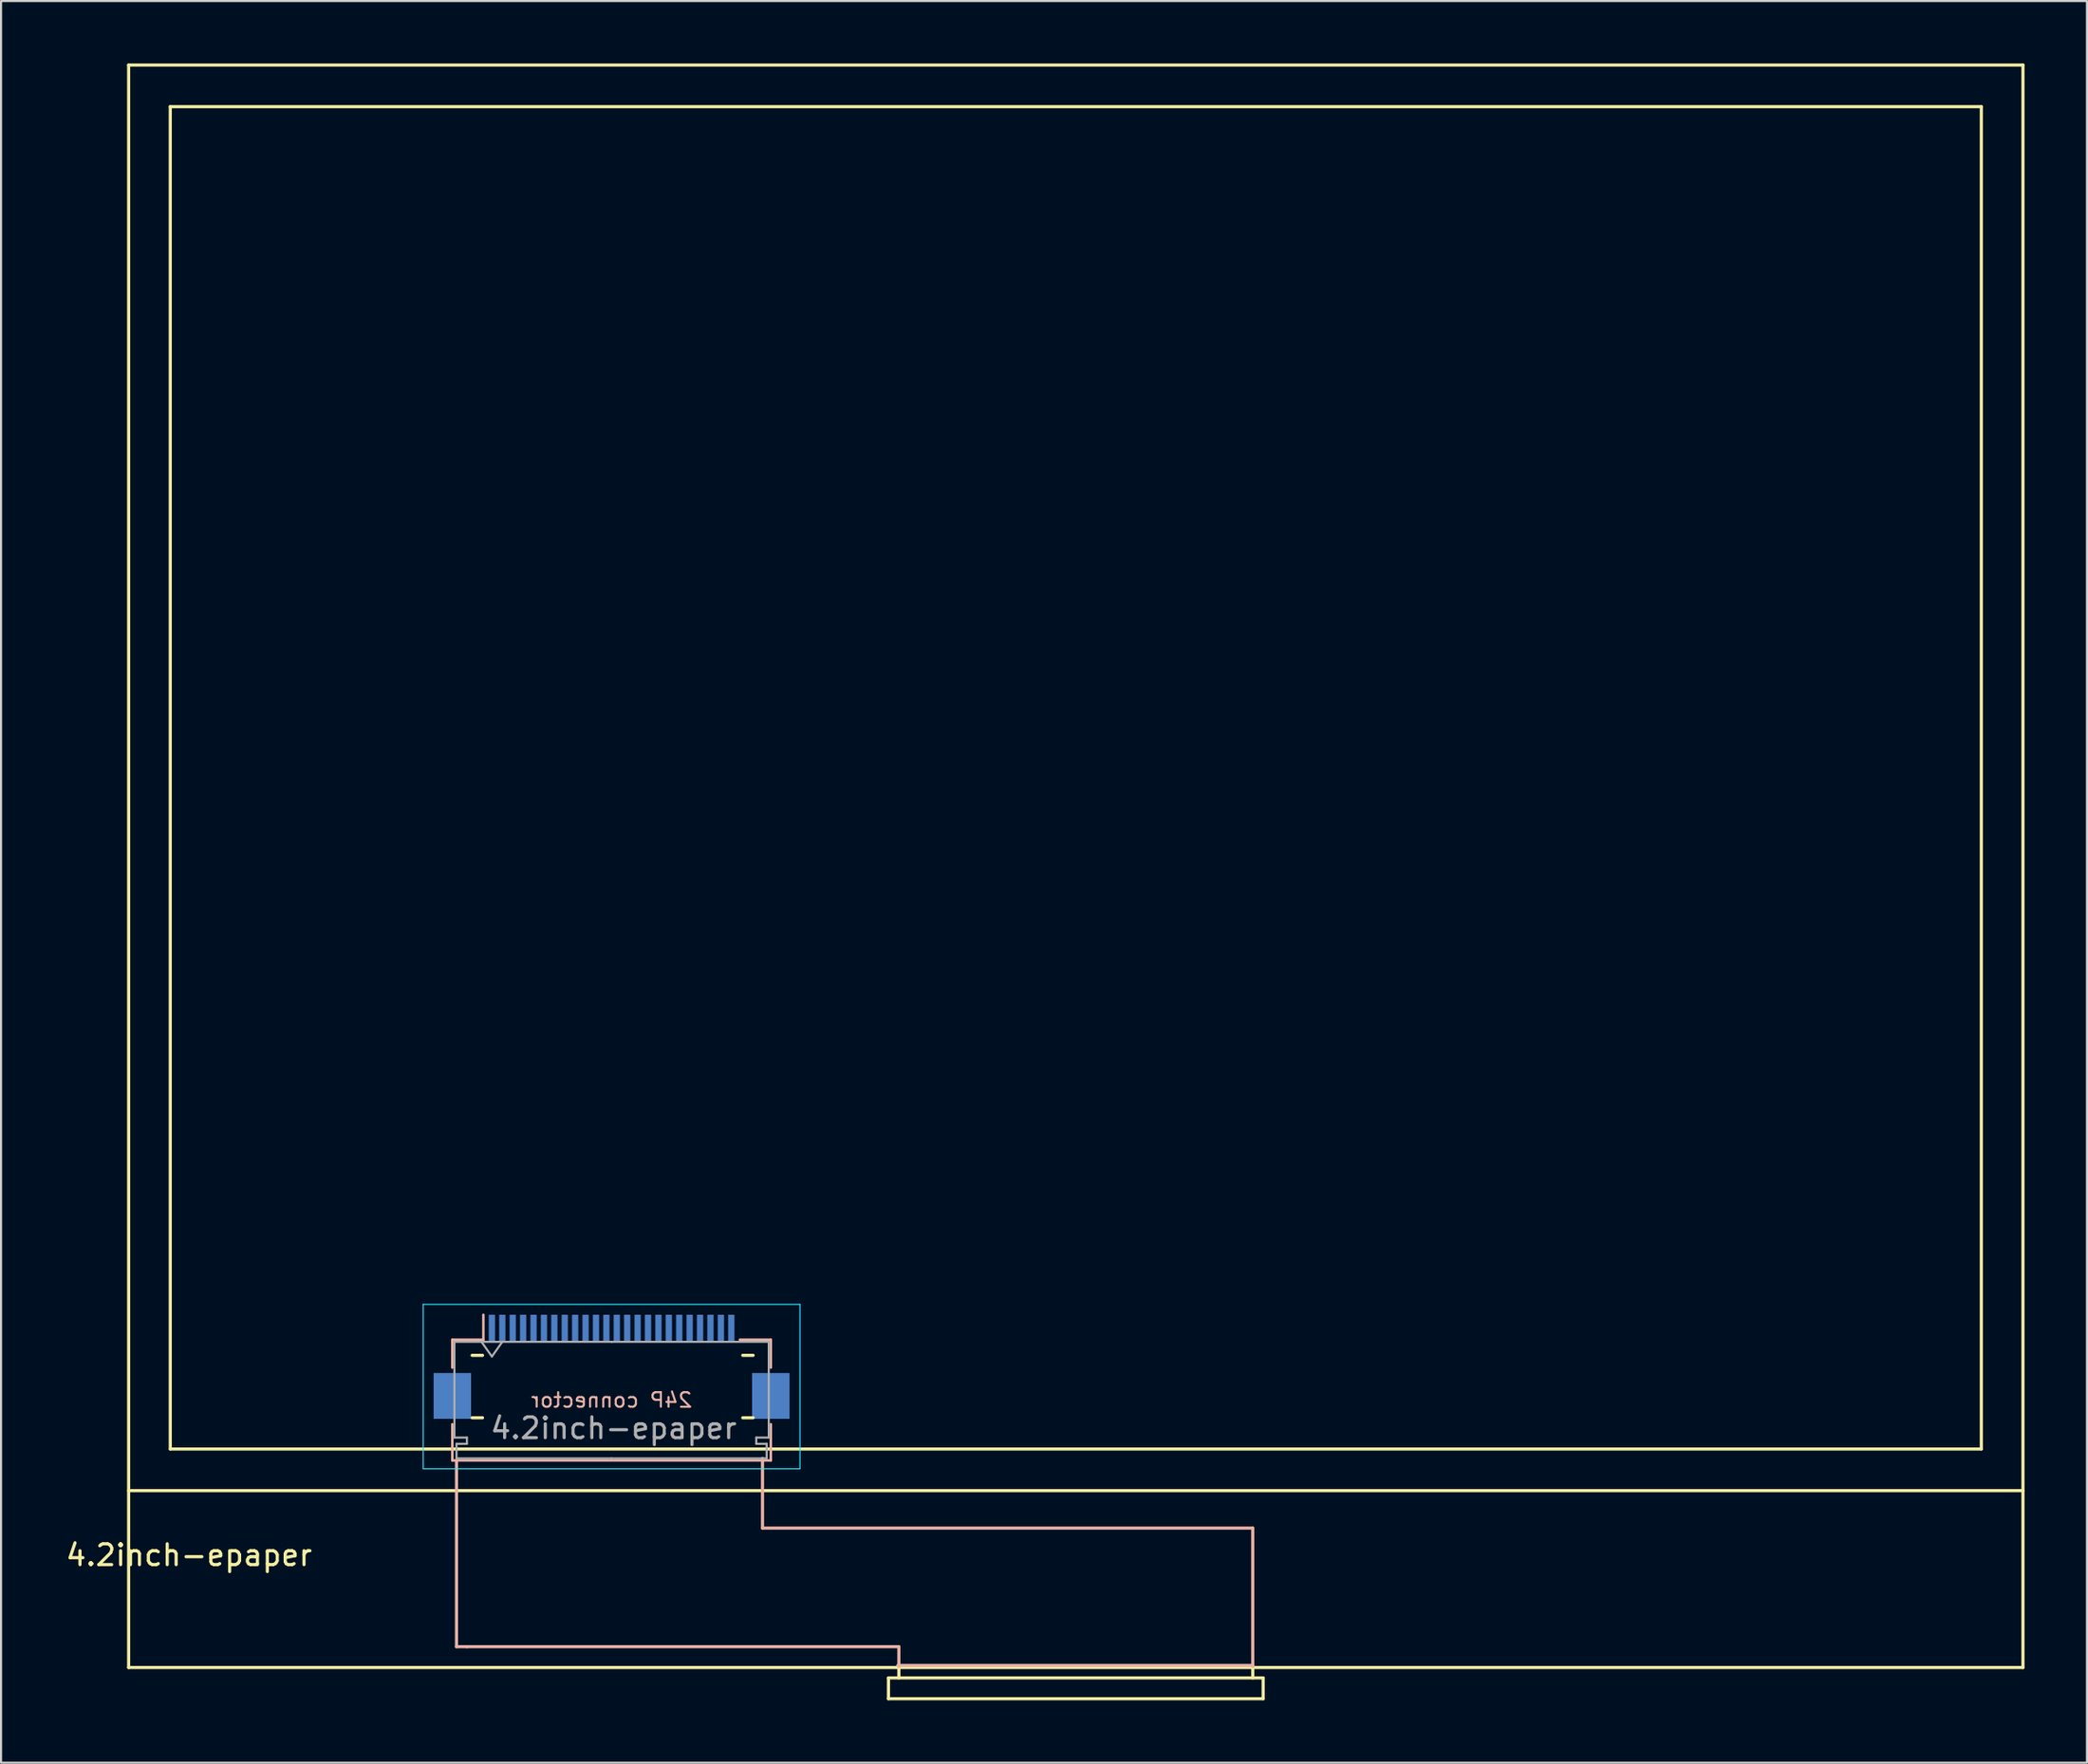
<source format=kicad_pcb>
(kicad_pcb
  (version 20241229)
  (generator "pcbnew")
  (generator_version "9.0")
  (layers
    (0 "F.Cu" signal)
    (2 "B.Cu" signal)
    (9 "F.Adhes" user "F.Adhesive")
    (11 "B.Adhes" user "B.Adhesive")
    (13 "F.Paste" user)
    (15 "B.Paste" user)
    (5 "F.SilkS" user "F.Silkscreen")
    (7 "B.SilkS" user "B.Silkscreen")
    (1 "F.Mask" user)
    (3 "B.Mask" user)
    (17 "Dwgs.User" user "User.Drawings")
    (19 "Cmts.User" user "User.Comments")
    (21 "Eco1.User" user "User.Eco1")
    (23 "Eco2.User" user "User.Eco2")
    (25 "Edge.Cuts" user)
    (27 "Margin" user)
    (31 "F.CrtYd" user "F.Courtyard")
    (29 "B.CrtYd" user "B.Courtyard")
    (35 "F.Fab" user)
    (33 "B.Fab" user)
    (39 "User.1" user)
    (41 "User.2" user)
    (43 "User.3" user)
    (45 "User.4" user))
  (footprint "4.2inch-epaper"
    (layer "F.Cu")
    (at 3.13 77.075)
    (property "Reference" "4.2inch-epaper" (at 2.9 -5.4 0) (layer "F.SilkS") (effects (font (size 1 1) (thickness 0.15))))
    (attr through_hole)
    (fp_line (start 0 -77) (end 91 -77) (stroke (width 0.15) (type solid)) (layer "F.SilkS"))
    (fp_line (start 0 -8.5) (end 91 -8.5) (stroke (width 0.15) (type solid)) (layer "F.SilkS"))
    (fp_line (start 0 0) (end 0 -77) (stroke (width 0.15) (type solid)) (layer "F.SilkS"))
    (fp_line (start 2 -75) (end 89 -75) (stroke (width 0.15) (type solid)) (layer "F.SilkS"))
    (fp_line (start 2 -10.5) (end 2 -75) (stroke (width 0.15) (type solid)) (layer "F.SilkS"))
    (fp_line (start 17 -15) (end 16.5 -15) (stroke (width 0.15) (type solid)) (layer "F.SilkS"))
    (fp_line (start 17 -12) (end 16.5 -12) (stroke (width 0.15) (type solid)) (layer "F.SilkS"))
    (fp_line (start 29.5 -15) (end 30 -15) (stroke (width 0.15) (type solid)) (layer "F.SilkS"))
    (fp_line (start 29.5 -12) (end 30 -12) (stroke (width 0.15) (type solid)) (layer "F.SilkS"))
    (fp_line (start 36.5 0.5) (end 36.5 1.5) (stroke (width 0.15) (type solid)) (layer "F.SilkS"))
    (fp_line (start 36.5 1.5) (end 54.5 1.5) (stroke (width 0.15) (type solid)) (layer "F.SilkS"))
    (fp_line (start 37 0) (end 37 0.5) (stroke (width 0.15) (type solid)) (layer "F.SilkS"))
    (fp_line (start 54 0) (end 54 0.5) (stroke (width 0.15) (type solid)) (layer "F.SilkS"))
    (fp_line (start 54.5 0.5) (end 36.5 0.5) (stroke (width 0.15) (type solid)) (layer "F.SilkS"))
    (fp_line (start 54.5 1.5) (end 54.5 0.5) (stroke (width 0.15) (type solid)) (layer "F.SilkS"))
    (fp_line (start 89 -75) (end 89 -10.5) (stroke (width 0.15) (type solid)) (layer "F.SilkS"))
    (fp_line (start 89 -10.5) (end 2 -10.5) (stroke (width 0.15) (type solid)) (layer "F.SilkS"))
    (fp_line (start 91 -77) (end 91 0) (stroke (width 0.15) (type solid)) (layer "F.SilkS"))
    (fp_line (start 91 0) (end 0 0) (stroke (width 0.15) (type solid)) (layer "F.SilkS"))
    (fp_line (start 15.55 -15.75) (end 15.55 -14.41) (stroke (width 0.12) (type solid)) (layer "B.SilkS"))
    (fp_line (start 15.55 -11.69) (end 15.55 -9.95) (stroke (width 0.12) (type solid)) (layer "B.SilkS"))
    (fp_line (start 15.55 -9.95) (end 30.85 -9.95) (stroke (width 0.12) (type solid)) (layer "B.SilkS"))
    (fp_line (start 15.75 -9.95) (end 15.75 -1) (stroke (width 0.15) (type solid)) (layer "B.SilkS"))
    (fp_line (start 15.75 -1) (end 16.25 -1) (stroke (width 0.15) (type solid)) (layer "B.SilkS"))
    (fp_line (start 17.04 -15.75) (end 15.55 -15.75) (stroke (width 0.12) (type solid)) (layer "B.SilkS"))
    (fp_line (start 17.04 -15.75) (end 17.04 -16.95) (stroke (width 0.12) (type solid)) (layer "B.SilkS"))
    (fp_line (start 29.36 -15.75) (end 30.85 -15.75) (stroke (width 0.12) (type solid)) (layer "B.SilkS"))
    (fp_line (start 30.45 -10.05) (end 30.45 -6.7) (stroke (width 0.15) (type solid)) (layer "B.SilkS"))
    (fp_line (start 30.45 -6.7) (end 54 -6.7) (stroke (width 0.15) (type solid)) (layer "B.SilkS"))
    (fp_line (start 30.85 -15.75) (end 30.85 -14.41) (stroke (width 0.12) (type solid)) (layer "B.SilkS"))
    (fp_line (start 30.85 -9.95) (end 30.85 -11.69) (stroke (width 0.12) (type solid)) (layer "B.SilkS"))
    (fp_line (start 37 -1) (end 16.25 -1) (stroke (width 0.15) (type solid)) (layer "B.SilkS"))
    (fp_line (start 37 -0.05) (end 37 -1) (stroke (width 0.15) (type solid)) (layer "B.SilkS"))
    (fp_line (start 54 -6.7) (end 54 -0.05) (stroke (width 0.15) (type solid)) (layer "B.SilkS"))
    (fp_line (start 54 -0.1) (end 36.95 -0.1) (stroke (width 0.15) (type solid)) (layer "B.SilkS"))
    (fp_line (start 14.15 -17.45) (end 14.15 -9.55) (stroke (width 0.05) (type solid)) (layer "B.CrtYd"))
    (fp_line (start 14.15 -9.55) (end 32.25 -9.55) (stroke (width 0.05) (type solid)) (layer "B.CrtYd"))
    (fp_line (start 32.25 -17.45) (end 14.15 -17.45) (stroke (width 0.05) (type solid)) (layer "B.CrtYd"))
    (fp_line (start 32.25 -9.55) (end 32.25 -17.45) (stroke (width 0.05) (type solid)) (layer "B.CrtYd"))
    (fp_line (start 15.65 -15.65) (end 15.65 -11.05) (stroke (width 0.1) (type solid)) (layer "F.Fab"))
    (fp_line (start 15.65 -11.05) (end 16.25 -11.05) (stroke (width 0.1) (type solid)) (layer "F.Fab"))
    (fp_line (start 15.75 -10.75) (end 15.75 -10.05) (stroke (width 0.1) (type solid)) (layer "F.Fab"))
    (fp_line (start 15.75 -10.05) (end 23.2 -10.05) (stroke (width 0.1) (type solid)) (layer "F.Fab"))
    (fp_line (start 16.25 -11.05) (end 16.25 -10.75) (stroke (width 0.1) (type solid)) (layer "F.Fab"))
    (fp_line (start 16.25 -10.75) (end 15.75 -10.75) (stroke (width 0.1) (type solid)) (layer "F.Fab"))
    (fp_line (start 16.95 -15.65) (end 17.45 -14.943) (stroke (width 0.1) (type solid)) (layer "F.Fab"))
    (fp_line (start 17.45 -14.943) (end 17.95 -15.65) (stroke (width 0.1) (type solid)) (layer "F.Fab"))
    (fp_line (start 23.2 -15.65) (end 15.65 -15.65) (stroke (width 0.1) (type solid)) (layer "F.Fab"))
    (fp_line (start 23.2 -15.65) (end 30.75 -15.65) (stroke (width 0.1) (type solid)) (layer "F.Fab"))
    (fp_line (start 30.15 -11.05) (end 30.15 -10.75) (stroke (width 0.1) (type solid)) (layer "F.Fab"))
    (fp_line (start 30.15 -10.75) (end 30.65 -10.75) (stroke (width 0.1) (type solid)) (layer "F.Fab"))
    (fp_line (start 30.65 -10.75) (end 30.65 -10.05) (stroke (width 0.1) (type solid)) (layer "F.Fab"))
    (fp_line (start 30.65 -10.05) (end 23.2 -10.05) (stroke (width 0.1) (type solid)) (layer "F.Fab"))
    (fp_line (start 30.75 -15.65) (end 30.75 -11.05) (stroke (width 0.1) (type solid)) (layer "F.Fab"))
    (fp_line (start 30.75 -11.05) (end 30.15 -11.05) (stroke (width 0.1) (type solid)) (layer "F.Fab"))
    (fp_text user "24P connector" (at 23.2 -12.85 0) (layer "B.SilkS") (effects (font (size 0.7 0.7) (thickness 0.1)) (justify mirror)))
    (fp_text user "${REFERENCE}" (at 23.3 -11.5 0) (layer "F.Fab") (effects (font (size 1 1) (thickness 0.15))))
    (pad "1" smd rect (at 17.45 -16.3) (size 0.3 1.3) (layers "B.Cu" "B.Mask" "B.Paste"))
    (pad "2" smd rect (at 17.95 -16.3) (size 0.3 1.3) (layers "B.Cu" "B.Mask" "B.Paste"))
    (pad "3" smd rect (at 18.45 -16.3) (size 0.3 1.3) (layers "B.Cu" "B.Mask" "B.Paste"))
    (pad "4" smd rect (at 18.95 -16.3) (size 0.3 1.3) (layers "B.Cu" "B.Mask" "B.Paste"))
    (pad "5" smd rect (at 19.45 -16.3) (size 0.3 1.3) (layers "B.Cu" "B.Mask" "B.Paste"))
    (pad "6" smd rect (at 19.95 -16.3) (size 0.3 1.3) (layers "B.Cu" "B.Mask" "B.Paste"))
    (pad "7" smd rect (at 20.45 -16.3) (size 0.3 1.3) (layers "B.Cu" "B.Mask" "B.Paste"))
    (pad "8" smd rect (at 20.95 -16.3) (size 0.3 1.3) (layers "B.Cu" "B.Mask" "B.Paste"))
    (pad "9" smd rect (at 21.45 -16.3) (size 0.3 1.3) (layers "B.Cu" "B.Mask" "B.Paste"))
    (pad "10" smd rect (at 21.95 -16.3) (size 0.3 1.3) (layers "B.Cu" "B.Mask" "B.Paste"))
    (pad "11" smd rect (at 22.45 -16.3) (size 0.3 1.3) (layers "B.Cu" "B.Mask" "B.Paste"))
    (pad "12" smd rect (at 22.95 -16.3) (size 0.3 1.3) (layers "B.Cu" "B.Mask" "B.Paste"))
    (pad "13" smd rect (at 23.45 -16.3) (size 0.3 1.3) (layers "B.Cu" "B.Mask" "B.Paste"))
    (pad "14" smd rect (at 23.95 -16.3) (size 0.3 1.3) (layers "B.Cu" "B.Mask" "B.Paste"))
    (pad "15" smd rect (at 24.45 -16.3) (size 0.3 1.3) (layers "B.Cu" "B.Mask" "B.Paste"))
    (pad "16" smd rect (at 24.95 -16.3) (size 0.3 1.3) (layers "B.Cu" "B.Mask" "B.Paste"))
    (pad "17" smd rect (at 25.45 -16.3) (size 0.3 1.3) (layers "B.Cu" "B.Mask" "B.Paste"))
    (pad "18" smd rect (at 25.95 -16.3) (size 0.3 1.3) (layers "B.Cu" "B.Mask" "B.Paste"))
    (pad "19" smd rect (at 26.45 -16.3) (size 0.3 1.3) (layers "B.Cu" "B.Mask" "B.Paste"))
    (pad "20" smd rect (at 26.95 -16.3) (size 0.3 1.3) (layers "B.Cu" "B.Mask" "B.Paste"))
    (pad "21" smd rect (at 27.45 -16.3) (size 0.3 1.3) (layers "B.Cu" "B.Mask" "B.Paste"))
    (pad "22" smd rect (at 27.95 -16.3) (size 0.3 1.3) (layers "B.Cu" "B.Mask" "B.Paste"))
    (pad "23" smd rect (at 28.45 -16.3) (size 0.3 1.3) (layers "B.Cu" "B.Mask" "B.Paste"))
    (pad "24" smd rect (at 28.95 -16.3) (size 0.3 1.3) (layers "B.Cu" "B.Mask" "B.Paste"))
    (pad "MP" smd rect (at 15.55 -13.05) (size 1.8 2.2) (layers "B.Cu" "B.Mask" "B.Paste"))
    (pad "MP" smd rect (at 30.85 -13.05) (size 1.8 2.2) (layers "B.Cu" "B.Mask" "B.Paste")))
  (gr_rect
    (start -3 -3)
    (end 97.205 81.65)
    (stroke (width 0.1) (type default))
    (fill no)
    (layer "Edge.Cuts")))
</source>
